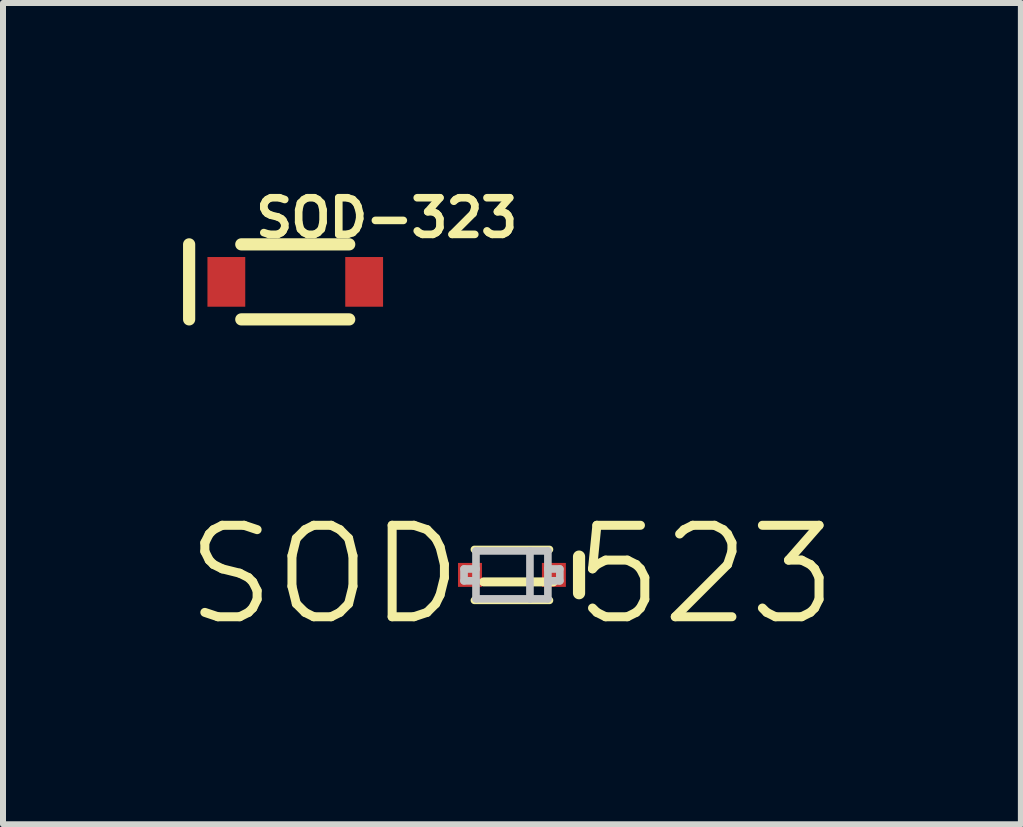
<source format=kicad_pcb>
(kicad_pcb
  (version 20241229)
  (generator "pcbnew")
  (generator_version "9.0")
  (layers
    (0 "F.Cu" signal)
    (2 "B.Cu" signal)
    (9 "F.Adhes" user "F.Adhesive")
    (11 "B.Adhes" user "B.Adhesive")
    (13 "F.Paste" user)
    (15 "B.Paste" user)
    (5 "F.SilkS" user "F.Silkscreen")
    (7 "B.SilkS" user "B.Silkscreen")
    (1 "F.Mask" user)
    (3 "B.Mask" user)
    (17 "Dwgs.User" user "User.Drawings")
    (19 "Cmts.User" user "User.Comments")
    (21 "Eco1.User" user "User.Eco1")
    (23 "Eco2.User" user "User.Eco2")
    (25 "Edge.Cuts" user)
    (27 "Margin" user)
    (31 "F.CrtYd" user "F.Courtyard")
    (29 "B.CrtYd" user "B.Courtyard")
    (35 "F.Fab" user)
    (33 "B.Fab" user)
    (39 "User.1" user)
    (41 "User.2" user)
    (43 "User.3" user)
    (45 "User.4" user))
  (footprint "SOD-323"
    (layer "F.Cu")
    (at 1.869 1.646)
    (property "Reference" "SOD-323" (at 1.524 -1.067 0) (layer "F.SilkS") (effects (font (size 0.61 0.61) (thickness 0.127))))
    (attr smd)
    (fp_line (start -1.768 -0.625) (end -1.768 0.625) (stroke (width 0.203) (type solid)) (layer "F.SilkS"))
    (fp_line (start -0.899 -0.625) (end 0.899 -0.625) (stroke (width 0.203) (type solid)) (layer "F.SilkS"))
    (fp_line (start -0.899 0.625) (end 0.899 0.625) (stroke (width 0.203) (type solid)) (layer "F.SilkS"))
    (pad "A" smd rect (at 1.148 0) (size 0.63 0.828) (layers "F.Cu" "F.Mask" "F.Paste"))
    (pad "C" smd rect (at -1.148 0) (size 0.63 0.828) (layers "F.Cu" "F.Mask" "F.Paste")))
  (footprint "SOD-523"
    (layer "F.Cu")
    (at 5.479 6.528)
    (property "Reference" "SOD-523" (at 0 0 0) (layer "F.SilkS") (effects (font (size 1.524 1.524) (thickness 0.15))))
    (attr smd)
    (fp_line (start -0.625 0.424) (end 0.625 0.424) (stroke (width 0.127) (type solid)) (layer "F.SilkS"))
    (fp_line (start 0.625 -0.424) (end -0.625 -0.424) (stroke (width 0.127) (type solid)) (layer "F.SilkS"))
    (fp_line (start 1.118 -0.305) (end 1.118 0.305) (stroke (width 0.203) (type solid)) (layer "F.SilkS"))
    (fp_line (start -0.798 -0.099) (end -0.798 0.099) (stroke (width 0.127) (type solid)) (layer "Dwgs.User"))
    (fp_line (start -0.599 -0.399) (end -0.599 -0.099) (stroke (width 0.127) (type solid)) (layer "Dwgs.User"))
    (fp_line (start -0.599 -0.099) (end -0.798 -0.099) (stroke (width 0.127) (type solid)) (layer "Dwgs.User"))
    (fp_line (start -0.599 -0.099) (end -0.599 0.099) (stroke (width 0.127) (type solid)) (layer "Dwgs.User"))
    (fp_line (start -0.599 0.099) (end -0.798 0.099) (stroke (width 0.127) (type solid)) (layer "Dwgs.User"))
    (fp_line (start -0.599 0.099) (end -0.599 0.399) (stroke (width 0.127) (type solid)) (layer "Dwgs.User"))
    (fp_line (start -0.599 0.399) (end 0.3 0.399) (stroke (width 0.127) (type solid)) (layer "Dwgs.User"))
    (fp_line (start 0.3 -0.399) (end -0.599 -0.399) (stroke (width 0.127) (type solid)) (layer "Dwgs.User"))
    (fp_line (start 0.3 -0.399) (end 0.3 0.399) (stroke (width 0.127) (type solid)) (layer "Dwgs.User"))
    (fp_line (start 0.3 0.399) (end 0.599 0.399) (stroke (width 0.127) (type solid)) (layer "Dwgs.User"))
    (fp_line (start 0.599 -0.399) (end 0.3 -0.399) (stroke (width 0.127) (type solid)) (layer "Dwgs.User"))
    (fp_line (start 0.599 -0.099) (end 0.599 -0.399) (stroke (width 0.127) (type solid)) (layer "Dwgs.User"))
    (fp_line (start 0.599 -0.099) (end 0.798 -0.099) (stroke (width 0.127) (type solid)) (layer "Dwgs.User"))
    (fp_line (start 0.599 0.099) (end 0.599 -0.099) (stroke (width 0.127) (type solid)) (layer "Dwgs.User"))
    (fp_line (start 0.599 0.399) (end 0.599 0.099) (stroke (width 0.127) (type solid)) (layer "Dwgs.User"))
    (fp_line (start 0.798 -0.099) (end 0.798 0.099) (stroke (width 0.127) (type solid)) (layer "Dwgs.User"))
    (fp_line (start 0.798 0.099) (end 0.599 0.099) (stroke (width 0.127) (type solid)) (layer "Dwgs.User"))
    (pad "A" smd rect (at -0.699 0) (size 0.399 0.399) (layers "F.Cu" "F.Mask" "F.Paste"))
    (pad "C" smd rect (at 0.699 0) (size 0.399 0.399) (layers "F.Cu" "F.Mask" "F.Paste")))
  (gr_rect
    (start -3 -3)
    (end 13.958 10.682)
    (stroke (width 0.1) (type default))
    (fill no)
    (layer "Edge.Cuts")))
</source>
